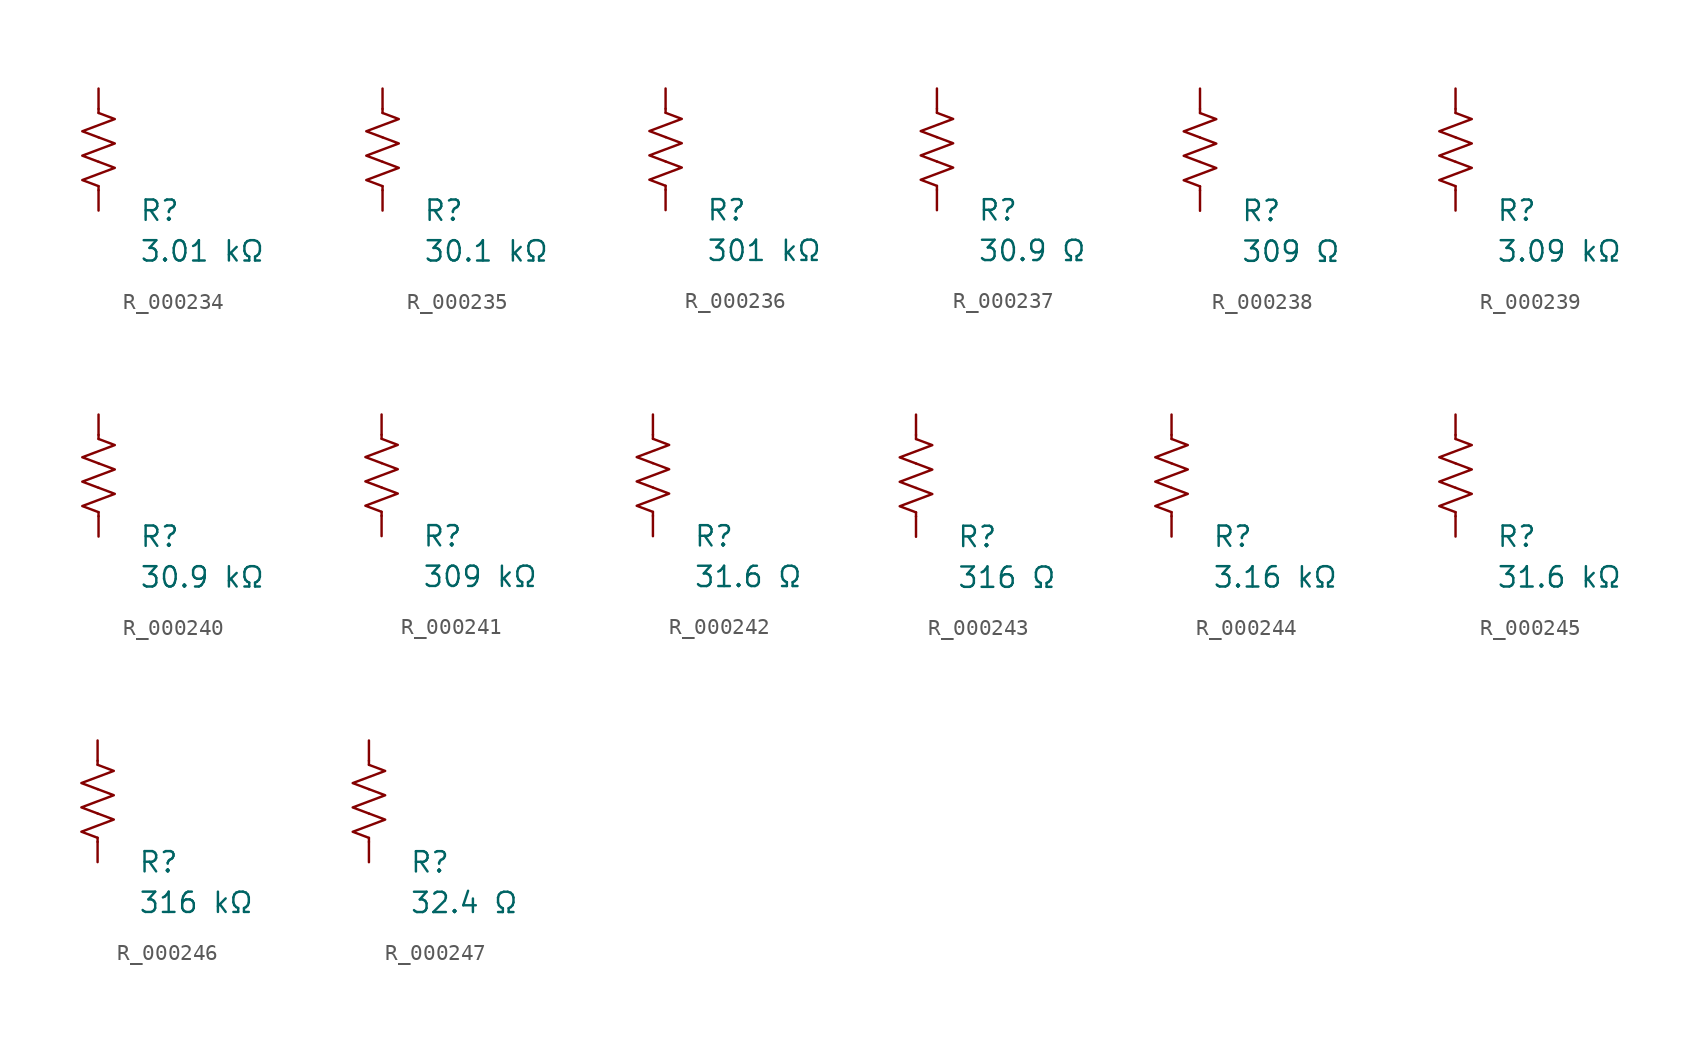
<source format=kicad_sym>
(kicad_symbol_lib
  (version 20231120)
  (generator "kicad_symbol_editor")
  (generator_version "8.0")
  (symbol "R_000234"
    (pin_numbers hide)
    (pin_names
      (offset 0))
    (property "Reference" "R"
      (at 2.54 -3.81 0)
      (effects (font (size 1.27 1.27)) (justify left))
      (show_name no))
    (property "Value" "3.01 kΩ"
      (at 2.54 -6.35 0)
      (effects (font (size 1.27 1.27)) (justify left))
      (show_name no))
    (symbol "R_000234_0_1"
      (polyline (pts (xy 0 -2.286) (xy 0 -2.54)) (stroke (width 0) (type default)) (fill (type none)))
      (polyline (pts (xy 0 2.286) (xy 0 2.54)) (stroke (width 0) (type default)) (fill (type none)))
      (polyline (pts (xy 0 -0.762) (xy 1.016 -1.143) (xy 0 -1.524) (xy -1.016 -1.905) (xy 0 -2.286)) (stroke (width 0) (type default)) (fill (type none)))
      (polyline (pts (xy 0 0.762) (xy 1.016 0.381) (xy 0 0) (xy -1.016 -0.381) (xy 0 -0.762)) (stroke (width 0) (type default)) (fill (type none)))
      (polyline (pts (xy 0 2.286) (xy 1.016 1.905) (xy 0 1.524) (xy -1.016 1.143) (xy 0 0.762)) (stroke (width 0) (type default)) (fill (type none))))
    (symbol "R_000234_1_1"
      (pin passive line (at 0 3.81 270) (length 1.27) (name "~" (effects (font (size 1.27 1.27)))) (number "1" (effects (font (size 1.27 1.27)))))
      (pin passive line (at 0 -3.81 90) (length 1.27) (name "~" (effects (font (size 1.27 1.27)))) (number "2" (effects (font (size 1.27 1.27)))))))
  (symbol "R_000235"
    (pin_numbers hide)
    (pin_names
      (offset 0))
    (property "Reference" "R"
      (at 2.54 -3.81 0)
      (effects (font (size 1.27 1.27)) (justify left))
      (show_name no))
    (property "Value" "30.1 kΩ"
      (at 2.54 -6.35 0)
      (effects (font (size 1.27 1.27)) (justify left))
      (show_name no))
    (symbol "R_000235_0_1"
      (polyline (pts (xy 0 -2.286) (xy 0 -2.54)) (stroke (width 0) (type default)) (fill (type none)))
      (polyline (pts (xy 0 2.286) (xy 0 2.54)) (stroke (width 0) (type default)) (fill (type none)))
      (polyline (pts (xy 0 -0.762) (xy 1.016 -1.143) (xy 0 -1.524) (xy -1.016 -1.905) (xy 0 -2.286)) (stroke (width 0) (type default)) (fill (type none)))
      (polyline (pts (xy 0 0.762) (xy 1.016 0.381) (xy 0 0) (xy -1.016 -0.381) (xy 0 -0.762)) (stroke (width 0) (type default)) (fill (type none)))
      (polyline (pts (xy 0 2.286) (xy 1.016 1.905) (xy 0 1.524) (xy -1.016 1.143) (xy 0 0.762)) (stroke (width 0) (type default)) (fill (type none))))
    (symbol "R_000235_1_1"
      (pin passive line (at 0 3.81 270) (length 1.27) (name "~" (effects (font (size 1.27 1.27)))) (number "1" (effects (font (size 1.27 1.27)))))
      (pin passive line (at 0 -3.81 90) (length 1.27) (name "~" (effects (font (size 1.27 1.27)))) (number "2" (effects (font (size 1.27 1.27)))))))
  (symbol "R_000236"
    (pin_numbers hide)
    (pin_names
      (offset 0))
    (property "Reference" "R"
      (at 2.54 -3.81 0)
      (effects (font (size 1.27 1.27)) (justify left))
      (show_name no))
    (property "Value" "301 kΩ"
      (at 2.54 -6.35 0)
      (effects (font (size 1.27 1.27)) (justify left))
      (show_name no))
    (symbol "R_000236_0_1"
      (polyline (pts (xy 0 -2.286) (xy 0 -2.54)) (stroke (width 0) (type default)) (fill (type none)))
      (polyline (pts (xy 0 2.286) (xy 0 2.54)) (stroke (width 0) (type default)) (fill (type none)))
      (polyline (pts (xy 0 -0.762) (xy 1.016 -1.143) (xy 0 -1.524) (xy -1.016 -1.905) (xy 0 -2.286)) (stroke (width 0) (type default)) (fill (type none)))
      (polyline (pts (xy 0 0.762) (xy 1.016 0.381) (xy 0 0) (xy -1.016 -0.381) (xy 0 -0.762)) (stroke (width 0) (type default)) (fill (type none)))
      (polyline (pts (xy 0 2.286) (xy 1.016 1.905) (xy 0 1.524) (xy -1.016 1.143) (xy 0 0.762)) (stroke (width 0) (type default)) (fill (type none))))
    (symbol "R_000236_1_1"
      (pin passive line (at 0 3.81 270) (length 1.27) (name "~" (effects (font (size 1.27 1.27)))) (number "1" (effects (font (size 1.27 1.27)))))
      (pin passive line (at 0 -3.81 90) (length 1.27) (name "~" (effects (font (size 1.27 1.27)))) (number "2" (effects (font (size 1.27 1.27)))))))
  (symbol "R_000237"
    (pin_numbers hide)
    (pin_names
      (offset 0))
    (property "Reference" "R"
      (at 2.54 -3.81 0)
      (effects (font (size 1.27 1.27)) (justify left))
      (show_name no))
    (property "Value" "30.9 Ω"
      (at 2.54 -6.35 0)
      (effects (font (size 1.27 1.27)) (justify left))
      (show_name no))
    (symbol "R_000237_0_1"
      (polyline (pts (xy 0 -2.286) (xy 0 -2.54)) (stroke (width 0) (type default)) (fill (type none)))
      (polyline (pts (xy 0 2.286) (xy 0 2.54)) (stroke (width 0) (type default)) (fill (type none)))
      (polyline (pts (xy 0 -0.762) (xy 1.016 -1.143) (xy 0 -1.524) (xy -1.016 -1.905) (xy 0 -2.286)) (stroke (width 0) (type default)) (fill (type none)))
      (polyline (pts (xy 0 0.762) (xy 1.016 0.381) (xy 0 0) (xy -1.016 -0.381) (xy 0 -0.762)) (stroke (width 0) (type default)) (fill (type none)))
      (polyline (pts (xy 0 2.286) (xy 1.016 1.905) (xy 0 1.524) (xy -1.016 1.143) (xy 0 0.762)) (stroke (width 0) (type default)) (fill (type none))))
    (symbol "R_000237_1_1"
      (pin passive line (at 0 3.81 270) (length 1.27) (name "~" (effects (font (size 1.27 1.27)))) (number "1" (effects (font (size 1.27 1.27)))))
      (pin passive line (at 0 -3.81 90) (length 1.27) (name "~" (effects (font (size 1.27 1.27)))) (number "2" (effects (font (size 1.27 1.27)))))))
  (symbol "R_000238"
    (pin_numbers hide)
    (pin_names
      (offset 0))
    (property "Reference" "R"
      (at 2.54 -3.81 0)
      (effects (font (size 1.27 1.27)) (justify left))
      (show_name no))
    (property "Value" "309 Ω"
      (at 2.54 -6.35 0)
      (effects (font (size 1.27 1.27)) (justify left))
      (show_name no))
    (symbol "R_000238_0_1"
      (polyline (pts (xy 0 -2.286) (xy 0 -2.54)) (stroke (width 0) (type default)) (fill (type none)))
      (polyline (pts (xy 0 2.286) (xy 0 2.54)) (stroke (width 0) (type default)) (fill (type none)))
      (polyline (pts (xy 0 -0.762) (xy 1.016 -1.143) (xy 0 -1.524) (xy -1.016 -1.905) (xy 0 -2.286)) (stroke (width 0) (type default)) (fill (type none)))
      (polyline (pts (xy 0 0.762) (xy 1.016 0.381) (xy 0 0) (xy -1.016 -0.381) (xy 0 -0.762)) (stroke (width 0) (type default)) (fill (type none)))
      (polyline (pts (xy 0 2.286) (xy 1.016 1.905) (xy 0 1.524) (xy -1.016 1.143) (xy 0 0.762)) (stroke (width 0) (type default)) (fill (type none))))
    (symbol "R_000238_1_1"
      (pin passive line (at 0 3.81 270) (length 1.27) (name "~" (effects (font (size 1.27 1.27)))) (number "1" (effects (font (size 1.27 1.27)))))
      (pin passive line (at 0 -3.81 90) (length 1.27) (name "~" (effects (font (size 1.27 1.27)))) (number "2" (effects (font (size 1.27 1.27)))))))
  (symbol "R_000239"
    (pin_numbers hide)
    (pin_names
      (offset 0))
    (property "Reference" "R"
      (at 2.54 -3.81 0)
      (effects (font (size 1.27 1.27)) (justify left))
      (show_name no))
    (property "Value" "3.09 kΩ"
      (at 2.54 -6.35 0)
      (effects (font (size 1.27 1.27)) (justify left))
      (show_name no))
    (symbol "R_000239_0_1"
      (polyline (pts (xy 0 -2.286) (xy 0 -2.54)) (stroke (width 0) (type default)) (fill (type none)))
      (polyline (pts (xy 0 2.286) (xy 0 2.54)) (stroke (width 0) (type default)) (fill (type none)))
      (polyline (pts (xy 0 -0.762) (xy 1.016 -1.143) (xy 0 -1.524) (xy -1.016 -1.905) (xy 0 -2.286)) (stroke (width 0) (type default)) (fill (type none)))
      (polyline (pts (xy 0 0.762) (xy 1.016 0.381) (xy 0 0) (xy -1.016 -0.381) (xy 0 -0.762)) (stroke (width 0) (type default)) (fill (type none)))
      (polyline (pts (xy 0 2.286) (xy 1.016 1.905) (xy 0 1.524) (xy -1.016 1.143) (xy 0 0.762)) (stroke (width 0) (type default)) (fill (type none))))
    (symbol "R_000239_1_1"
      (pin passive line (at 0 3.81 270) (length 1.27) (name "~" (effects (font (size 1.27 1.27)))) (number "1" (effects (font (size 1.27 1.27)))))
      (pin passive line (at 0 -3.81 90) (length 1.27) (name "~" (effects (font (size 1.27 1.27)))) (number "2" (effects (font (size 1.27 1.27)))))))
  (symbol "R_000240"
    (pin_numbers hide)
    (pin_names
      (offset 0))
    (property "Reference" "R"
      (at 2.54 -3.81 0)
      (effects (font (size 1.27 1.27)) (justify left))
      (show_name no))
    (property "Value" "30.9 kΩ"
      (at 2.54 -6.35 0)
      (effects (font (size 1.27 1.27)) (justify left))
      (show_name no))
    (symbol "R_000240_0_1"
      (polyline (pts (xy 0 -2.286) (xy 0 -2.54)) (stroke (width 0) (type default)) (fill (type none)))
      (polyline (pts (xy 0 2.286) (xy 0 2.54)) (stroke (width 0) (type default)) (fill (type none)))
      (polyline (pts (xy 0 -0.762) (xy 1.016 -1.143) (xy 0 -1.524) (xy -1.016 -1.905) (xy 0 -2.286)) (stroke (width 0) (type default)) (fill (type none)))
      (polyline (pts (xy 0 0.762) (xy 1.016 0.381) (xy 0 0) (xy -1.016 -0.381) (xy 0 -0.762)) (stroke (width 0) (type default)) (fill (type none)))
      (polyline (pts (xy 0 2.286) (xy 1.016 1.905) (xy 0 1.524) (xy -1.016 1.143) (xy 0 0.762)) (stroke (width 0) (type default)) (fill (type none))))
    (symbol "R_000240_1_1"
      (pin passive line (at 0 3.81 270) (length 1.27) (name "~" (effects (font (size 1.27 1.27)))) (number "1" (effects (font (size 1.27 1.27)))))
      (pin passive line (at 0 -3.81 90) (length 1.27) (name "~" (effects (font (size 1.27 1.27)))) (number "2" (effects (font (size 1.27 1.27)))))))
  (symbol "R_000241"
    (pin_numbers hide)
    (pin_names
      (offset 0))
    (property "Reference" "R"
      (at 2.54 -3.81 0)
      (effects (font (size 1.27 1.27)) (justify left))
      (show_name no))
    (property "Value" "309 kΩ"
      (at 2.54 -6.35 0)
      (effects (font (size 1.27 1.27)) (justify left))
      (show_name no))
    (symbol "R_000241_0_1"
      (polyline (pts (xy 0 -2.286) (xy 0 -2.54)) (stroke (width 0) (type default)) (fill (type none)))
      (polyline (pts (xy 0 2.286) (xy 0 2.54)) (stroke (width 0) (type default)) (fill (type none)))
      (polyline (pts (xy 0 -0.762) (xy 1.016 -1.143) (xy 0 -1.524) (xy -1.016 -1.905) (xy 0 -2.286)) (stroke (width 0) (type default)) (fill (type none)))
      (polyline (pts (xy 0 0.762) (xy 1.016 0.381) (xy 0 0) (xy -1.016 -0.381) (xy 0 -0.762)) (stroke (width 0) (type default)) (fill (type none)))
      (polyline (pts (xy 0 2.286) (xy 1.016 1.905) (xy 0 1.524) (xy -1.016 1.143) (xy 0 0.762)) (stroke (width 0) (type default)) (fill (type none))))
    (symbol "R_000241_1_1"
      (pin passive line (at 0 3.81 270) (length 1.27) (name "~" (effects (font (size 1.27 1.27)))) (number "1" (effects (font (size 1.27 1.27)))))
      (pin passive line (at 0 -3.81 90) (length 1.27) (name "~" (effects (font (size 1.27 1.27)))) (number "2" (effects (font (size 1.27 1.27)))))))
  (symbol "R_000242"
    (pin_numbers hide)
    (pin_names
      (offset 0))
    (property "Reference" "R"
      (at 2.54 -3.81 0)
      (effects (font (size 1.27 1.27)) (justify left))
      (show_name no))
    (property "Value" "31.6 Ω"
      (at 2.54 -6.35 0)
      (effects (font (size 1.27 1.27)) (justify left))
      (show_name no))
    (symbol "R_000242_0_1"
      (polyline (pts (xy 0 -2.286) (xy 0 -2.54)) (stroke (width 0) (type default)) (fill (type none)))
      (polyline (pts (xy 0 2.286) (xy 0 2.54)) (stroke (width 0) (type default)) (fill (type none)))
      (polyline (pts (xy 0 -0.762) (xy 1.016 -1.143) (xy 0 -1.524) (xy -1.016 -1.905) (xy 0 -2.286)) (stroke (width 0) (type default)) (fill (type none)))
      (polyline (pts (xy 0 0.762) (xy 1.016 0.381) (xy 0 0) (xy -1.016 -0.381) (xy 0 -0.762)) (stroke (width 0) (type default)) (fill (type none)))
      (polyline (pts (xy 0 2.286) (xy 1.016 1.905) (xy 0 1.524) (xy -1.016 1.143) (xy 0 0.762)) (stroke (width 0) (type default)) (fill (type none))))
    (symbol "R_000242_1_1"
      (pin passive line (at 0 3.81 270) (length 1.27) (name "~" (effects (font (size 1.27 1.27)))) (number "1" (effects (font (size 1.27 1.27)))))
      (pin passive line (at 0 -3.81 90) (length 1.27) (name "~" (effects (font (size 1.27 1.27)))) (number "2" (effects (font (size 1.27 1.27)))))))
  (symbol "R_000243"
    (pin_numbers hide)
    (pin_names
      (offset 0))
    (property "Reference" "R"
      (at 2.54 -3.81 0)
      (effects (font (size 1.27 1.27)) (justify left))
      (show_name no))
    (property "Value" "316 Ω"
      (at 2.54 -6.35 0)
      (effects (font (size 1.27 1.27)) (justify left))
      (show_name no))
    (symbol "R_000243_0_1"
      (polyline (pts (xy 0 -2.286) (xy 0 -2.54)) (stroke (width 0) (type default)) (fill (type none)))
      (polyline (pts (xy 0 2.286) (xy 0 2.54)) (stroke (width 0) (type default)) (fill (type none)))
      (polyline (pts (xy 0 -0.762) (xy 1.016 -1.143) (xy 0 -1.524) (xy -1.016 -1.905) (xy 0 -2.286)) (stroke (width 0) (type default)) (fill (type none)))
      (polyline (pts (xy 0 0.762) (xy 1.016 0.381) (xy 0 0) (xy -1.016 -0.381) (xy 0 -0.762)) (stroke (width 0) (type default)) (fill (type none)))
      (polyline (pts (xy 0 2.286) (xy 1.016 1.905) (xy 0 1.524) (xy -1.016 1.143) (xy 0 0.762)) (stroke (width 0) (type default)) (fill (type none))))
    (symbol "R_000243_1_1"
      (pin passive line (at 0 3.81 270) (length 1.27) (name "~" (effects (font (size 1.27 1.27)))) (number "1" (effects (font (size 1.27 1.27)))))
      (pin passive line (at 0 -3.81 90) (length 1.27) (name "~" (effects (font (size 1.27 1.27)))) (number "2" (effects (font (size 1.27 1.27)))))))
  (symbol "R_000244"
    (pin_numbers hide)
    (pin_names
      (offset 0))
    (property "Reference" "R"
      (at 2.54 -3.81 0)
      (effects (font (size 1.27 1.27)) (justify left))
      (show_name no))
    (property "Value" "3.16 kΩ"
      (at 2.54 -6.35 0)
      (effects (font (size 1.27 1.27)) (justify left))
      (show_name no))
    (symbol "R_000244_0_1"
      (polyline (pts (xy 0 -2.286) (xy 0 -2.54)) (stroke (width 0) (type default)) (fill (type none)))
      (polyline (pts (xy 0 2.286) (xy 0 2.54)) (stroke (width 0) (type default)) (fill (type none)))
      (polyline (pts (xy 0 -0.762) (xy 1.016 -1.143) (xy 0 -1.524) (xy -1.016 -1.905) (xy 0 -2.286)) (stroke (width 0) (type default)) (fill (type none)))
      (polyline (pts (xy 0 0.762) (xy 1.016 0.381) (xy 0 0) (xy -1.016 -0.381) (xy 0 -0.762)) (stroke (width 0) (type default)) (fill (type none)))
      (polyline (pts (xy 0 2.286) (xy 1.016 1.905) (xy 0 1.524) (xy -1.016 1.143) (xy 0 0.762)) (stroke (width 0) (type default)) (fill (type none))))
    (symbol "R_000244_1_1"
      (pin passive line (at 0 3.81 270) (length 1.27) (name "~" (effects (font (size 1.27 1.27)))) (number "1" (effects (font (size 1.27 1.27)))))
      (pin passive line (at 0 -3.81 90) (length 1.27) (name "~" (effects (font (size 1.27 1.27)))) (number "2" (effects (font (size 1.27 1.27)))))))
  (symbol "R_000245"
    (pin_numbers hide)
    (pin_names
      (offset 0))
    (property "Reference" "R"
      (at 2.54 -3.81 0)
      (effects (font (size 1.27 1.27)) (justify left))
      (show_name no))
    (property "Value" "31.6 kΩ"
      (at 2.54 -6.35 0)
      (effects (font (size 1.27 1.27)) (justify left))
      (show_name no))
    (symbol "R_000245_0_1"
      (polyline (pts (xy 0 -2.286) (xy 0 -2.54)) (stroke (width 0) (type default)) (fill (type none)))
      (polyline (pts (xy 0 2.286) (xy 0 2.54)) (stroke (width 0) (type default)) (fill (type none)))
      (polyline (pts (xy 0 -0.762) (xy 1.016 -1.143) (xy 0 -1.524) (xy -1.016 -1.905) (xy 0 -2.286)) (stroke (width 0) (type default)) (fill (type none)))
      (polyline (pts (xy 0 0.762) (xy 1.016 0.381) (xy 0 0) (xy -1.016 -0.381) (xy 0 -0.762)) (stroke (width 0) (type default)) (fill (type none)))
      (polyline (pts (xy 0 2.286) (xy 1.016 1.905) (xy 0 1.524) (xy -1.016 1.143) (xy 0 0.762)) (stroke (width 0) (type default)) (fill (type none))))
    (symbol "R_000245_1_1"
      (pin passive line (at 0 3.81 270) (length 1.27) (name "~" (effects (font (size 1.27 1.27)))) (number "1" (effects (font (size 1.27 1.27)))))
      (pin passive line (at 0 -3.81 90) (length 1.27) (name "~" (effects (font (size 1.27 1.27)))) (number "2" (effects (font (size 1.27 1.27)))))))
  (symbol "R_000246"
    (pin_numbers hide)
    (pin_names
      (offset 0))
    (property "Reference" "R"
      (at 2.54 -3.81 0)
      (effects (font (size 1.27 1.27)) (justify left))
      (show_name no))
    (property "Value" "316 kΩ"
      (at 2.54 -6.35 0)
      (effects (font (size 1.27 1.27)) (justify left))
      (show_name no))
    (symbol "R_000246_0_1"
      (polyline (pts (xy 0 -2.286) (xy 0 -2.54)) (stroke (width 0) (type default)) (fill (type none)))
      (polyline (pts (xy 0 2.286) (xy 0 2.54)) (stroke (width 0) (type default)) (fill (type none)))
      (polyline (pts (xy 0 -0.762) (xy 1.016 -1.143) (xy 0 -1.524) (xy -1.016 -1.905) (xy 0 -2.286)) (stroke (width 0) (type default)) (fill (type none)))
      (polyline (pts (xy 0 0.762) (xy 1.016 0.381) (xy 0 0) (xy -1.016 -0.381) (xy 0 -0.762)) (stroke (width 0) (type default)) (fill (type none)))
      (polyline (pts (xy 0 2.286) (xy 1.016 1.905) (xy 0 1.524) (xy -1.016 1.143) (xy 0 0.762)) (stroke (width 0) (type default)) (fill (type none))))
    (symbol "R_000246_1_1"
      (pin passive line (at 0 3.81 270) (length 1.27) (name "~" (effects (font (size 1.27 1.27)))) (number "1" (effects (font (size 1.27 1.27)))))
      (pin passive line (at 0 -3.81 90) (length 1.27) (name "~" (effects (font (size 1.27 1.27)))) (number "2" (effects (font (size 1.27 1.27)))))))
  (symbol "R_000247"
    (pin_numbers hide)
    (pin_names
      (offset 0))
    (property "Reference" "R"
      (at 2.54 -3.81 0)
      (effects (font (size 1.27 1.27)) (justify left))
      (show_name no))
    (property "Value" "32.4 Ω"
      (at 2.54 -6.35 0)
      (effects (font (size 1.27 1.27)) (justify left))
      (show_name no))
    (symbol "R_000247_0_1"
      (polyline (pts (xy 0 -2.286) (xy 0 -2.54)) (stroke (width 0) (type default)) (fill (type none)))
      (polyline (pts (xy 0 2.286) (xy 0 2.54)) (stroke (width 0) (type default)) (fill (type none)))
      (polyline (pts (xy 0 -0.762) (xy 1.016 -1.143) (xy 0 -1.524) (xy -1.016 -1.905) (xy 0 -2.286)) (stroke (width 0) (type default)) (fill (type none)))
      (polyline (pts (xy 0 0.762) (xy 1.016 0.381) (xy 0 0) (xy -1.016 -0.381) (xy 0 -0.762)) (stroke (width 0) (type default)) (fill (type none)))
      (polyline (pts (xy 0 2.286) (xy 1.016 1.905) (xy 0 1.524) (xy -1.016 1.143) (xy 0 0.762)) (stroke (width 0) (type default)) (fill (type none))))
    (symbol "R_000247_1_1"
      (pin passive line (at 0 3.81 270) (length 1.27) (name "~" (effects (font (size 1.27 1.27)))) (number "1" (effects (font (size 1.27 1.27)))))
      (pin passive line (at 0 -3.81 90) (length 1.27) (name "~" (effects (font (size 1.27 1.27)))) (number "2" (effects (font (size 1.27 1.27))))))))
</source>
